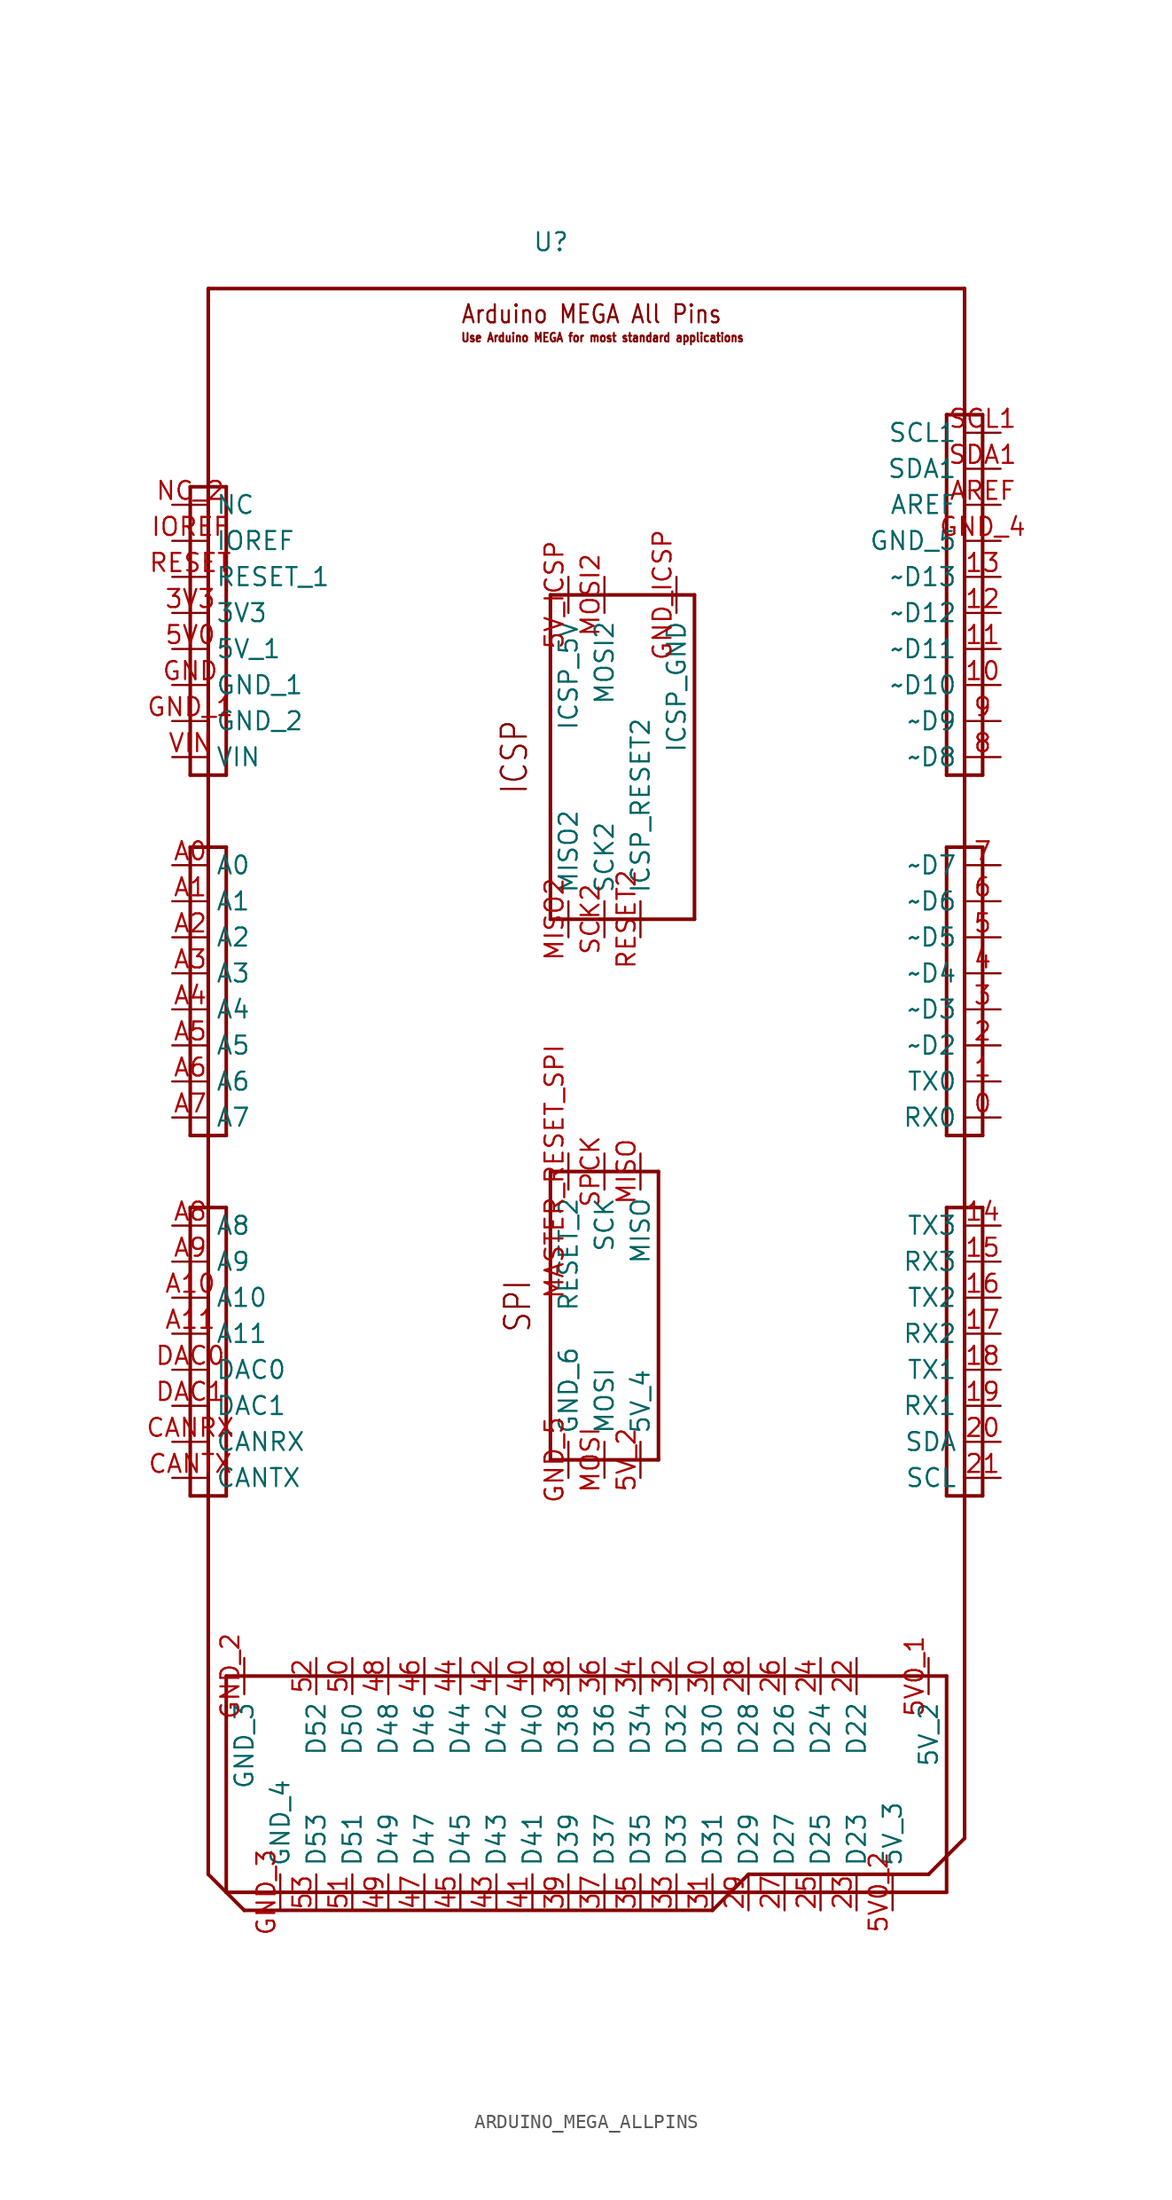
<source format=kicad_sym>
(kicad_symbol_lib
  (version 20211014)
  (generator kicad_symbol_editor)
  (symbol "ARDUINO_MEGA_ALLPINS"
    (pin_names)
    (property "Reference" "U"
      (at 22.86 2.54 0)
      (effects (font (size 1.27 1.27)) (justify left bottom)))
    (property "Datasheet" ""
      (at 0 0 0))
    (property "ki_description" "https://content.arduino.cc/assets/Pinout-Mega2560rev3_latest.pdf?_gl=1*4p398r*_ga*Mzk2NjQ1OTcxLjE2NDM5MTY1NTQ.*_ga_NEXN8H46L5*MTY0NDM0OTcxMy42LjEuMTY0NDM1MDA4MS4w "
      (at 0 0 0))
    (property "ki_fp_filters" "FlashPCB_DevBoards:ARDUINO_MEGA_ALLPINS FlashPCB_DevBoards:ARDUINO_MEGA_SHIELD_ALLPINS"
      (at 0 0 0))
    (symbol "ARDUINO_MEGA_ALLPINS_1_1"
      (text "Arduino MEGA All Pins" (at 17.78 -2.54 0) (effects (font (size 1.27 1.086)) (justify left bottom)))
      (text "SPI" (at 22.86 -73.66 900) (effects (font (size 1.778 1.52)) (justify left bottom)))
      (text "ICSP" (at 21.59 -33.02 900) (effects (font (size 1.778 1.52))))
      (text "Use Arduino MEGA for most standard applications" (at 17.78 -3.81 0) (effects (font (size 0.61 0.521)) (justify left bottom)))
      (polyline (pts (xy 1.27 -97.79) (xy 52.07 -97.79)) (stroke (width 0.254)) (fill (type none)))
      (polyline (pts (xy 52.07 -97.79) (xy 52.07 -113.03)) (stroke (width 0.254)) (fill (type none)))
      (polyline (pts (xy 52.07 -113.03) (xy 1.27 -113.03)) (stroke (width 0.254)) (fill (type none)))
      (polyline (pts (xy 1.27 -113.03) (xy 1.27 -97.79)) (stroke (width 0.254)) (fill (type none)))
      (polyline (pts (xy -1.27 -64.77) (xy 1.27 -64.77)) (stroke (width 0.254)) (fill (type none)))
      (polyline (pts (xy 1.27 -64.77) (xy 1.27 -85.09)) (stroke (width 0.254)) (fill (type none)))
      (polyline (pts (xy 1.27 -85.09) (xy -1.27 -85.09)) (stroke (width 0.254)) (fill (type none)))
      (polyline (pts (xy -1.27 -85.09) (xy -1.27 -64.77)) (stroke (width 0.254)) (fill (type none)))
      (polyline (pts (xy 54.61 -64.77) (xy 52.07 -64.77)) (stroke (width 0.254)) (fill (type none)))
      (polyline (pts (xy 52.07 -64.77) (xy 52.07 -85.09)) (stroke (width 0.254)) (fill (type none)))
      (polyline (pts (xy 52.07 -85.09) (xy 54.61 -85.09)) (stroke (width 0.254)) (fill (type none)))
      (polyline (pts (xy 54.61 -85.09) (xy 54.61 -64.77)) (stroke (width 0.254)) (fill (type none)))
      (polyline (pts (xy -1.27 -39.37) (xy 1.27 -39.37)) (stroke (width 0.254)) (fill (type none)))
      (polyline (pts (xy 1.27 -39.37) (xy 1.27 -59.69)) (stroke (width 0.254)) (fill (type none)))
      (polyline (pts (xy 1.27 -59.69) (xy -1.27 -59.69)) (stroke (width 0.254)) (fill (type none)))
      (polyline (pts (xy -1.27 -59.69) (xy -1.27 -39.37)) (stroke (width 0.254)) (fill (type none)))
      (polyline (pts (xy 52.07 -39.37) (xy 54.61 -39.37)) (stroke (width 0.254)) (fill (type none)))
      (polyline (pts (xy 54.61 -39.37) (xy 54.61 -59.69)) (stroke (width 0.254)) (fill (type none)))
      (polyline (pts (xy 54.61 -59.69) (xy 52.07 -59.69)) (stroke (width 0.254)) (fill (type none)))
      (polyline (pts (xy 52.07 -59.69) (xy 52.07 -39.37)) (stroke (width 0.254)) (fill (type none)))
      (polyline (pts (xy -1.27 -13.97) (xy 1.27 -13.97)) (stroke (width 0.254)) (fill (type none)))
      (polyline (pts (xy 1.27 -13.97) (xy 1.27 -34.29)) (stroke (width 0.254)) (fill (type none)))
      (polyline (pts (xy 1.27 -34.29) (xy -1.27 -34.29)) (stroke (width 0.254)) (fill (type none)))
      (polyline (pts (xy -1.27 -34.29) (xy -1.27 -13.97)) (stroke (width 0.254)) (fill (type none)))
      (polyline (pts (xy 52.07 -8.89) (xy 54.61 -8.89)) (stroke (width 0.254)) (fill (type none)))
      (polyline (pts (xy 54.61 -8.89) (xy 54.61 -34.29)) (stroke (width 0.254)) (fill (type none)))
      (polyline (pts (xy 54.61 -34.29) (xy 52.07 -34.29)) (stroke (width 0.254)) (fill (type none)))
      (polyline (pts (xy 52.07 -34.29) (xy 52.07 -8.89)) (stroke (width 0.254)) (fill (type none)))
      (polyline (pts (xy 24.13 -62.23) (xy 31.75 -62.23)) (stroke (width 0.254)) (fill (type none)))
      (polyline (pts (xy 31.75 -62.23) (xy 31.75 -82.55)) (stroke (width 0.254)) (fill (type none)))
      (polyline (pts (xy 31.75 -82.55) (xy 24.13 -82.55)) (stroke (width 0.254)) (fill (type none)))
      (polyline (pts (xy 24.13 -82.55) (xy 24.13 -62.23)) (stroke (width 0.254)) (fill (type none)))
      (polyline (pts (xy 24.13 -21.59) (xy 34.29 -21.59)) (stroke (width 0.254)) (fill (type none)))
      (polyline (pts (xy 34.29 -21.59) (xy 34.29 -44.45)) (stroke (width 0.254)) (fill (type none)))
      (polyline (pts (xy 34.29 -44.45) (xy 24.13 -44.45)) (stroke (width 0.254)) (fill (type none)))
      (polyline (pts (xy 24.13 -44.45) (xy 24.13 -21.59)) (stroke (width 0.254)) (fill (type none)))
      (polyline (pts (xy 0 0) (xy 53.34 0)) (stroke (width 0.254)) (fill (type none)))
      (polyline (pts (xy 53.34 0) (xy 53.34 -109.22)) (stroke (width 0.254)) (fill (type none)))
      (polyline (pts (xy 53.34 -109.22) (xy 50.8 -111.76)) (stroke (width 0.254)) (fill (type none)))
      (polyline (pts (xy 50.8 -111.76) (xy 38.1 -111.76)) (stroke (width 0.254)) (fill (type none)))
      (polyline (pts (xy 38.1 -111.76) (xy 35.56 -114.3)) (stroke (width 0.254)) (fill (type none)))
      (polyline (pts (xy 35.56 -114.3) (xy 2.54 -114.3)) (stroke (width 0.254)) (fill (type none)))
      (polyline (pts (xy 2.54 -114.3) (xy 0 -111.76)) (stroke (width 0.254)) (fill (type none)))
      (polyline (pts (xy 0 -111.76) (xy 0 0)) (stroke (width 0.254)) (fill (type none)))
      (pin bidirectional line (at -2.54 -15.24 0) (length 2.54) (name "NC" (effects (font (size 1.27 1.27)))) (number "NC_2" (effects (font (size 1.27 1.27)))))
      (pin bidirectional line (at -2.54 -17.78 0) (length 2.54) (name "IOREF" (effects (font (size 1.27 1.27)))) (number "IOREF" (effects (font (size 1.27 1.27)))))
      (pin bidirectional line (at -2.54 -20.32 0) (length 2.54) (name "RESET_1" (effects (font (size 1.27 1.27)))) (number "RESET" (effects (font (size 1.27 1.27)))))
      (pin bidirectional line (at -2.54 -22.86 0) (length 2.54) (name "3V3" (effects (font (size 1.27 1.27)))) (number "3V3" (effects (font (size 1.27 1.27)))))
      (pin bidirectional line (at -2.54 -25.4 0) (length 2.54) (name "5V_1" (effects (font (size 1.27 1.27)))) (number "5V0" (effects (font (size 1.27 1.27)))))
      (pin bidirectional line (at -2.54 -27.94 0) (length 2.54) (name "GND_1" (effects (font (size 1.27 1.27)))) (number "GND" (effects (font (size 1.27 1.27)))))
      (pin bidirectional line (at -2.54 -30.48 0) (length 2.54) (name "GND_2" (effects (font (size 1.27 1.27)))) (number "GND_1" (effects (font (size 1.27 1.27)))))
      (pin bidirectional line (at -2.54 -33.02 0) (length 2.54) (name "VIN" (effects (font (size 1.27 1.27)))) (number "VIN" (effects (font (size 1.27 1.27)))))
      (pin bidirectional line (at -2.54 -40.64 0) (length 2.54) (name "A0" (effects (font (size 1.27 1.27)))) (number "A0" (effects (font (size 1.27 1.27)))))
      (pin bidirectional line (at -2.54 -43.18 0) (length 2.54) (name "A1" (effects (font (size 1.27 1.27)))) (number "A1" (effects (font (size 1.27 1.27)))))
      (pin bidirectional line (at -2.54 -45.72 0) (length 2.54) (name "A2" (effects (font (size 1.27 1.27)))) (number "A2" (effects (font (size 1.27 1.27)))))
      (pin bidirectional line (at -2.54 -48.26 0) (length 2.54) (name "A3" (effects (font (size 1.27 1.27)))) (number "A3" (effects (font (size 1.27 1.27)))))
      (pin bidirectional line (at -2.54 -50.8 0) (length 2.54) (name "A4" (effects (font (size 1.27 1.27)))) (number "A4" (effects (font (size 1.27 1.27)))))
      (pin bidirectional line (at -2.54 -53.34 0) (length 2.54) (name "A5" (effects (font (size 1.27 1.27)))) (number "A5" (effects (font (size 1.27 1.27)))))
      (pin bidirectional line (at -2.54 -55.88 0) (length 2.54) (name "A6" (effects (font (size 1.27 1.27)))) (number "A6" (effects (font (size 1.27 1.27)))))
      (pin bidirectional line (at -2.54 -58.42 0) (length 2.54) (name "A7" (effects (font (size 1.27 1.27)))) (number "A7" (effects (font (size 1.27 1.27)))))
      (pin bidirectional line (at -2.54 -66.04 0) (length 2.54) (name "A8" (effects (font (size 1.27 1.27)))) (number "A8" (effects (font (size 1.27 1.27)))))
      (pin bidirectional line (at -2.54 -68.58 0) (length 2.54) (name "A9" (effects (font (size 1.27 1.27)))) (number "A9" (effects (font (size 1.27 1.27)))))
      (pin bidirectional line (at -2.54 -71.12 0) (length 2.54) (name "A10" (effects (font (size 1.27 1.27)))) (number "A10" (effects (font (size 1.27 1.27)))))
      (pin bidirectional line (at -2.54 -73.66 0) (length 2.54) (name "A11" (effects (font (size 1.27 1.27)))) (number "A11" (effects (font (size 1.27 1.27)))))
      (pin bidirectional line (at -2.54 -76.2 0) (length 2.54) (name "DAC0" (effects (font (size 1.27 1.27)))) (number "DAC0" (effects (font (size 1.27 1.27)))))
      (pin bidirectional line (at -2.54 -78.74 0) (length 2.54) (name "DAC1" (effects (font (size 1.27 1.27)))) (number "DAC1" (effects (font (size 1.27 1.27)))))
      (pin bidirectional line (at -2.54 -81.28 0) (length 2.54) (name "CANRX" (effects (font (size 1.27 1.27)))) (number "CANRX" (effects (font (size 1.27 1.27)))))
      (pin bidirectional line (at -2.54 -83.82 0) (length 2.54) (name "CANTX" (effects (font (size 1.27 1.27)))) (number "CANTX" (effects (font (size 1.27 1.27)))))
      (pin bidirectional line (at 5.08 -114.3 90) (length 2.54) (name "GND_4" (effects (font (size 1.27 1.27)))) (number "GND_3" (effects (font (size 1.27 1.27)))))
      (pin bidirectional line (at 7.62 -114.3 90) (length 2.54) (name "D53" (effects (font (size 1.27 1.27)))) (number "53" (effects (font (size 1.27 1.27)))))
      (pin bidirectional line (at 10.16 -114.3 90) (length 2.54) (name "D51" (effects (font (size 1.27 1.27)))) (number "51" (effects (font (size 1.27 1.27)))))
      (pin bidirectional line (at 12.7 -114.3 90) (length 2.54) (name "D49" (effects (font (size 1.27 1.27)))) (number "49" (effects (font (size 1.27 1.27)))))
      (pin bidirectional line (at 15.24 -114.3 90) (length 2.54) (name "D47" (effects (font (size 1.27 1.27)))) (number "47" (effects (font (size 1.27 1.27)))))
      (pin bidirectional line (at 17.78 -114.3 90) (length 2.54) (name "D45" (effects (font (size 1.27 1.27)))) (number "45" (effects (font (size 1.27 1.27)))))
      (pin bidirectional line (at 20.32 -114.3 90) (length 2.54) (name "D43" (effects (font (size 1.27 1.27)))) (number "43" (effects (font (size 1.27 1.27)))))
      (pin bidirectional line (at 22.86 -114.3 90) (length 2.54) (name "D41" (effects (font (size 1.27 1.27)))) (number "41" (effects (font (size 1.27 1.27)))))
      (pin bidirectional line (at 25.4 -114.3 90) (length 2.54) (name "D39" (effects (font (size 1.27 1.27)))) (number "39" (effects (font (size 1.27 1.27)))))
      (pin bidirectional line (at 27.94 -114.3 90) (length 2.54) (name "D37" (effects (font (size 1.27 1.27)))) (number "37" (effects (font (size 1.27 1.27)))))
      (pin bidirectional line (at 33.02 -114.3 90) (length 2.54) (name "D33" (effects (font (size 1.27 1.27)))) (number "33" (effects (font (size 1.27 1.27)))))
      (pin bidirectional line (at 30.48 -114.3 90) (length 2.54) (name "D35" (effects (font (size 1.27 1.27)))) (number "35" (effects (font (size 1.27 1.27)))))
      (pin bidirectional line (at 35.56 -114.3 90) (length 2.54) (name "D31" (effects (font (size 1.27 1.27)))) (number "31" (effects (font (size 1.27 1.27)))))
      (pin bidirectional line (at 38.1 -114.3 90) (length 2.54) (name "D29" (effects (font (size 1.27 1.27)))) (number "29" (effects (font (size 1.27 1.27)))))
      (pin bidirectional line (at 40.64 -114.3 90) (length 2.54) (name "D27" (effects (font (size 1.27 1.27)))) (number "27" (effects (font (size 1.27 1.27)))))
      (pin bidirectional line (at 43.18 -114.3 90) (length 2.54) (name "D25" (effects (font (size 1.27 1.27)))) (number "25" (effects (font (size 1.27 1.27)))))
      (pin bidirectional line (at 45.72 -114.3 90) (length 2.54) (name "D23" (effects (font (size 1.27 1.27)))) (number "23" (effects (font (size 1.27 1.27)))))
      (pin bidirectional line (at 48.26 -114.3 90) (length 2.54) (name "5V_3" (effects (font (size 1.27 1.27)))) (number "5V0_2" (effects (font (size 1.27 1.27)))))
      (pin bidirectional line (at 50.8 -96.52 270) (length 2.54) (name "5V_2" (effects (font (size 1.27 1.27)))) (number "5V0_1" (effects (font (size 1.27 1.27)))))
      (pin bidirectional line (at 45.72 -96.52 270) (length 2.54) (name "D22" (effects (font (size 1.27 1.27)))) (number "22" (effects (font (size 1.27 1.27)))))
      (pin bidirectional line (at 43.18 -96.52 270) (length 2.54) (name "D24" (effects (font (size 1.27 1.27)))) (number "24" (effects (font (size 1.27 1.27)))))
      (pin bidirectional line (at 40.64 -96.52 270) (length 2.54) (name "D26" (effects (font (size 1.27 1.27)))) (number "26" (effects (font (size 1.27 1.27)))))
      (pin bidirectional line (at 38.1 -96.52 270) (length 2.54) (name "D28" (effects (font (size 1.27 1.27)))) (number "28" (effects (font (size 1.27 1.27)))))
      (pin bidirectional line (at 35.56 -96.52 270) (length 2.54) (name "D30" (effects (font (size 1.27 1.27)))) (number "30" (effects (font (size 1.27 1.27)))))
      (pin bidirectional line (at 33.02 -96.52 270) (length 2.54) (name "D32" (effects (font (size 1.27 1.27)))) (number "32" (effects (font (size 1.27 1.27)))))
      (pin bidirectional line (at 30.48 -96.52 270) (length 2.54) (name "D34" (effects (font (size 1.27 1.27)))) (number "34" (effects (font (size 1.27 1.27)))))
      (pin bidirectional line (at 27.94 -96.52 270) (length 2.54) (name "D36" (effects (font (size 1.27 1.27)))) (number "36" (effects (font (size 1.27 1.27)))))
      (pin bidirectional line (at 25.4 -96.52 270) (length 2.54) (name "D38" (effects (font (size 1.27 1.27)))) (number "38" (effects (font (size 1.27 1.27)))))
      (pin bidirectional line (at 22.86 -96.52 270) (length 2.54) (name "D40" (effects (font (size 1.27 1.27)))) (number "40" (effects (font (size 1.27 1.27)))))
      (pin bidirectional line (at 20.32 -96.52 270) (length 2.54) (name "D42" (effects (font (size 1.27 1.27)))) (number "42" (effects (font (size 1.27 1.27)))))
      (pin bidirectional line (at 17.78 -96.52 270) (length 2.54) (name "D44" (effects (font (size 1.27 1.27)))) (number "44" (effects (font (size 1.27 1.27)))))
      (pin bidirectional line (at 15.24 -96.52 270) (length 2.54) (name "D46" (effects (font (size 1.27 1.27)))) (number "46" (effects (font (size 1.27 1.27)))))
      (pin bidirectional line (at 12.7 -96.52 270) (length 2.54) (name "D48" (effects (font (size 1.27 1.27)))) (number "48" (effects (font (size 1.27 1.27)))))
      (pin bidirectional line (at 10.16 -96.52 270) (length 2.54) (name "D50" (effects (font (size 1.27 1.27)))) (number "50" (effects (font (size 1.27 1.27)))))
      (pin bidirectional line (at 7.62 -96.52 270) (length 2.54) (name "D52" (effects (font (size 1.27 1.27)))) (number "52" (effects (font (size 1.27 1.27)))))
      (pin bidirectional line (at 2.54 -96.52 270) (length 2.54) (name "GND_3" (effects (font (size 1.27 1.27)))) (number "GND_2" (effects (font (size 1.27 1.27)))))
      (pin bidirectional line (at 55.88 -83.82 180) (length 2.54) (name "SCL" (effects (font (size 1.27 1.27)))) (number "21" (effects (font (size 1.27 1.27)))))
      (pin bidirectional line (at 55.88 -81.28 180) (length 2.54) (name "SDA" (effects (font (size 1.27 1.27)))) (number "20" (effects (font (size 1.27 1.27)))))
      (pin bidirectional line (at 55.88 -78.74 180) (length 2.54) (name "RX1" (effects (font (size 1.27 1.27)))) (number "19" (effects (font (size 1.27 1.27)))))
      (pin bidirectional line (at 55.88 -76.2 180) (length 2.54) (name "TX1" (effects (font (size 1.27 1.27)))) (number "18" (effects (font (size 1.27 1.27)))))
      (pin bidirectional line (at 55.88 -73.66 180) (length 2.54) (name "RX2" (effects (font (size 1.27 1.27)))) (number "17" (effects (font (size 1.27 1.27)))))
      (pin bidirectional line (at 55.88 -71.12 180) (length 2.54) (name "TX2" (effects (font (size 1.27 1.27)))) (number "16" (effects (font (size 1.27 1.27)))))
      (pin bidirectional line (at 55.88 -68.58 180) (length 2.54) (name "RX3" (effects (font (size 1.27 1.27)))) (number "15" (effects (font (size 1.27 1.27)))))
      (pin bidirectional line (at 55.88 -66.04 180) (length 2.54) (name "TX3" (effects (font (size 1.27 1.27)))) (number "14" (effects (font (size 1.27 1.27)))))
      (pin bidirectional line (at 55.88 -58.42 180) (length 2.54) (name "RX0" (effects (font (size 1.27 1.27)))) (number "0" (effects (font (size 1.27 1.27)))))
      (pin bidirectional line (at 55.88 -55.88 180) (length 2.54) (name "TX0" (effects (font (size 1.27 1.27)))) (number "1" (effects (font (size 1.27 1.27)))))
      (pin bidirectional line (at 55.88 -53.34 180) (length 2.54) (name "~D2" (effects (font (size 1.27 1.27)))) (number "2" (effects (font (size 1.27 1.27)))))
      (pin bidirectional line (at 55.88 -50.8 180) (length 2.54) (name "~D3" (effects (font (size 1.27 1.27)))) (number "3" (effects (font (size 1.27 1.27)))))
      (pin bidirectional line (at 55.88 -48.26 180) (length 2.54) (name "~D4" (effects (font (size 1.27 1.27)))) (number "4" (effects (font (size 1.27 1.27)))))
      (pin bidirectional line (at 55.88 -45.72 180) (length 2.54) (name "~D5" (effects (font (size 1.27 1.27)))) (number "5" (effects (font (size 1.27 1.27)))))
      (pin bidirectional line (at 55.88 -43.18 180) (length 2.54) (name "~D6" (effects (font (size 1.27 1.27)))) (number "6" (effects (font (size 1.27 1.27)))))
      (pin bidirectional line (at 55.88 -40.64 180) (length 2.54) (name "~D7" (effects (font (size 1.27 1.27)))) (number "7" (effects (font (size 1.27 1.27)))))
      (pin bidirectional line (at 55.88 -33.02 180) (length 2.54) (name "~D8" (effects (font (size 1.27 1.27)))) (number "8" (effects (font (size 1.27 1.27)))))
      (pin bidirectional line (at 55.88 -30.48 180) (length 2.54) (name "~D9" (effects (font (size 1.27 1.27)))) (number "9" (effects (font (size 1.27 1.27)))))
      (pin bidirectional line (at 55.88 -27.94 180) (length 2.54) (name "~D10" (effects (font (size 1.27 1.27)))) (number "10" (effects (font (size 1.27 1.27)))))
      (pin bidirectional line (at 55.88 -25.4 180) (length 2.54) (name "~D11" (effects (font (size 1.27 1.27)))) (number "11" (effects (font (size 1.27 1.27)))))
      (pin bidirectional line (at 55.88 -22.86 180) (length 2.54) (name "~D12" (effects (font (size 1.27 1.27)))) (number "12" (effects (font (size 1.27 1.27)))))
      (pin bidirectional line (at 55.88 -20.32 180) (length 2.54) (name "~D13" (effects (font (size 1.27 1.27)))) (number "13" (effects (font (size 1.27 1.27)))))
      (pin bidirectional line (at 55.88 -17.78 180) (length 2.54) (name "GND_5" (effects (font (size 1.27 1.27)))) (number "GND_4" (effects (font (size 1.27 1.27)))))
      (pin bidirectional line (at 55.88 -15.24 180) (length 2.54) (name "AREF" (effects (font (size 1.27 1.27)))) (number "AREF" (effects (font (size 1.27 1.27)))))
      (pin bidirectional line (at 55.88 -12.7 180) (length 2.54) (name "SDA1" (effects (font (size 1.27 1.27)))) (number "SDA1" (effects (font (size 1.27 1.27)))))
      (pin bidirectional line (at 55.88 -10.16 180) (length 2.54) (name "SCL1" (effects (font (size 1.27 1.27)))) (number "SCL1" (effects (font (size 1.27 1.27)))))
      (pin bidirectional line (at 25.4 -60.96 270) (length 2.54) (name "RESET_2" (effects (font (size 1.27 1.27)))) (number "MASTER_RESET_SPI" (effects (font (size 1.27 1.27)))))
      (pin bidirectional line (at 25.4 -83.82 90) (length 2.54) (name "GND_6" (effects (font (size 1.27 1.27)))) (number "GND_5" (effects (font (size 1.27 1.27)))))
      (pin bidirectional line (at 27.94 -83.82 90) (length 2.54) (name "MOSI" (effects (font (size 1.27 1.27)))) (number "MOSI" (effects (font (size 1.27 1.27)))))
      (pin bidirectional line (at 27.94 -60.96 270) (length 2.54) (name "SCK" (effects (font (size 1.27 1.27)))) (number "SPCK" (effects (font (size 1.27 1.27)))))
      (pin bidirectional line (at 30.48 -60.96 270) (length 2.54) (name "MISO" (effects (font (size 1.27 1.27)))) (number "MISO" (effects (font (size 1.27 1.27)))))
      (pin bidirectional line (at 30.48 -83.82 90) (length 2.54) (name "5V_4" (effects (font (size 1.27 1.27)))) (number "5V_2" (effects (font (size 1.27 1.27)))))
      (pin power_out line (at 33.02 -20.32 270) (length 2.54) (name "ICSP_GND" (effects (font (size 1.27 1.27)))) (number "GND_ICSP" (effects (font (size 1.27 1.27)))))
      (pin power_out line (at 27.94 -20.32 270) (length 2.54) (name "MOSI2" (effects (font (size 1.27 1.27)))) (number "MOSI2" (effects (font (size 1.27 1.27)))))
      (pin power_out line (at 25.4 -20.32 270) (length 2.54) (name "ICSP_5V" (effects (font (size 1.27 1.27)))) (number "5V_ICSP" (effects (font (size 1.27 1.27)))))
      (pin power_out line (at 30.48 -45.72 90) (length 2.54) (name "ICSP_RESET2" (effects (font (size 1.27 1.27)))) (number "RESET2" (effects (font (size 1.27 1.27)))))
      (pin power_out line (at 27.94 -45.72 90) (length 2.54) (name "SCK2" (effects (font (size 1.27 1.27)))) (number "SCK2" (effects (font (size 1.27 1.27)))))
      (pin power_out line (at 25.4 -45.72 90) (length 2.54) (name "MISO2" (effects (font (size 1.27 1.27)))) (number "MISO2" (effects (font (size 1.27 1.27))))))))
</source>
